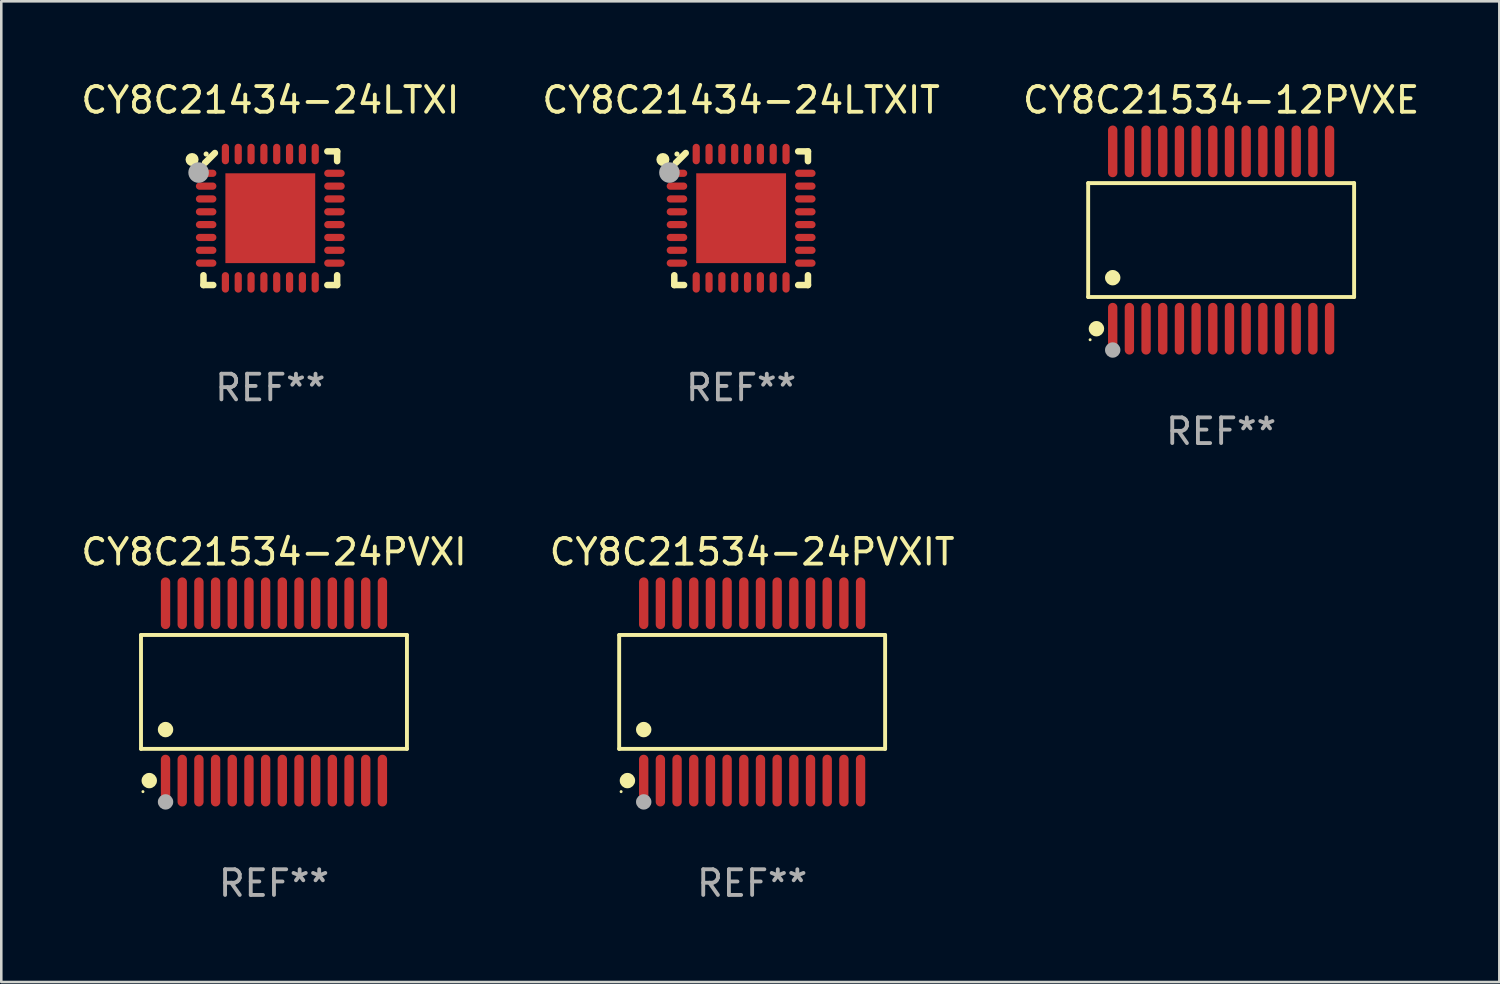
<source format=kicad_pcb>
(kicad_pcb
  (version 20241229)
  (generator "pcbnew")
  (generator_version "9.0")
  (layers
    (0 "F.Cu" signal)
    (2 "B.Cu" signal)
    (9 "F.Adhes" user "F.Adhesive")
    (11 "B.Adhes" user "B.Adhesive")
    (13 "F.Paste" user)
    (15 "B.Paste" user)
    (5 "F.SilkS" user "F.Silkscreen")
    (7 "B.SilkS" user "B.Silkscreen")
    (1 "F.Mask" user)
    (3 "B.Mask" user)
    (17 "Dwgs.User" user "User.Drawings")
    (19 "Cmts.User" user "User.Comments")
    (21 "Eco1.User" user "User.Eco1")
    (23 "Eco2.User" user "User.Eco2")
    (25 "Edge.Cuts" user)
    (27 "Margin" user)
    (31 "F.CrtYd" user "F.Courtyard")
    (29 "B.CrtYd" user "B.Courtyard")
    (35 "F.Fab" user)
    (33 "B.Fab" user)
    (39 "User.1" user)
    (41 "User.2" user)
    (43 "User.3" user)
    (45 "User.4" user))
  (footprint "CY8C21434-24LTXIT"
    (layer "F.Cu")
    (at 25.827 5.452)
    (property "Reference" "CY8C21434-24LTXIT" (at 0 -4.604 0) (layer "F.SilkS") (effects (font (size 1 1) (thickness 0.15))))
    (attr through_hole)
    (fp_line (start -2.604 2.223) (end -2.604 2.604) (stroke (width 0.254) (type solid)) (layer "F.SilkS"))
    (fp_line (start -2.604 2.604) (end -2.223 2.604) (stroke (width 0.254) (type solid)) (layer "F.SilkS"))
    (fp_line (start -2.159 -2.54) (end -2.54 -2.159) (stroke (width 0.254) (type solid)) (layer "F.SilkS"))
    (fp_line (start 2.223 2.604) (end 2.604 2.604) (stroke (width 0.254) (type solid)) (layer "F.SilkS"))
    (fp_line (start 2.604 -2.604) (end 2.223 -2.604) (stroke (width 0.254) (type solid)) (layer "F.SilkS"))
    (fp_line (start 2.604 -2.223) (end 2.604 -2.604) (stroke (width 0.254) (type solid)) (layer "F.SilkS"))
    (fp_line (start 2.604 2.604) (end 2.604 2.223) (stroke (width 0.254) (type solid)) (layer "F.SilkS"))
    (fp_circle (center -3.048 -2.286) (end -2.921 -2.286) (stroke (width 0.254) (type solid)) (fill no) (layer "F.SilkS"))
    (fp_circle (center -2.5 -2.5) (end -2.45 -2.5) (stroke (width 0.1) (type solid)) (fill no) (layer "F.SilkS"))
    (fp_circle (center -2.794 -1.778) (end -2.594 -1.778) (stroke (width 0.4) (type solid)) (fill no) (layer "F.Fab"))
    (fp_text user "REF**" (at 0 6.604 0) (layer "F.Fab") (effects (font (size 1 1) (thickness 0.15))))
    (pad "1" smd oval (at -2.5 -1.75) (size 0.8 0.28) (layers "F.Cu" "F.Mask" "F.Paste"))
    (pad "2" smd oval (at -2.5 -1.25) (size 0.8 0.28) (layers "F.Cu" "F.Mask" "F.Paste"))
    (pad "3" smd oval (at -2.5 -0.75) (size 0.8 0.28) (layers "F.Cu" "F.Mask" "F.Paste"))
    (pad "4" smd oval (at -2.5 -0.25) (size 0.8 0.28) (layers "F.Cu" "F.Mask" "F.Paste"))
    (pad "5" smd oval (at -2.5 0.25) (size 0.8 0.28) (layers "F.Cu" "F.Mask" "F.Paste"))
    (pad "6" smd oval (at -2.5 0.75) (size 0.8 0.28) (layers "F.Cu" "F.Mask" "F.Paste"))
    (pad "7" smd oval (at -2.5 1.25) (size 0.8 0.28) (layers "F.Cu" "F.Mask" "F.Paste"))
    (pad "8" smd oval (at -2.5 1.75) (size 0.8 0.28) (layers "F.Cu" "F.Mask" "F.Paste"))
    (pad "9" smd oval (at -1.75 2.5) (size 0.28 0.8) (layers "F.Cu" "F.Mask" "F.Paste"))
    (pad "10" smd oval (at -1.25 2.5) (size 0.28 0.8) (layers "F.Cu" "F.Mask" "F.Paste"))
    (pad "11" smd oval (at -0.75 2.5) (size 0.28 0.8) (layers "F.Cu" "F.Mask" "F.Paste"))
    (pad "12" smd oval (at -0.25 2.5) (size 0.28 0.8) (layers "F.Cu" "F.Mask" "F.Paste"))
    (pad "13" smd oval (at 0.25 2.5) (size 0.28 0.8) (layers "F.Cu" "F.Mask" "F.Paste"))
    (pad "14" smd oval (at 0.75 2.5) (size 0.28 0.8) (layers "F.Cu" "F.Mask" "F.Paste"))
    (pad "15" smd oval (at 1.25 2.5) (size 0.28 0.8) (layers "F.Cu" "F.Mask" "F.Paste"))
    (pad "16" smd oval (at 1.75 2.5) (size 0.28 0.8) (layers "F.Cu" "F.Mask" "F.Paste"))
    (pad "17" smd oval (at 2.5 1.75) (size 0.8 0.28) (layers "F.Cu" "F.Mask" "F.Paste"))
    (pad "18" smd oval (at 2.5 1.25) (size 0.8 0.28) (layers "F.Cu" "F.Mask" "F.Paste"))
    (pad "19" smd oval (at 2.5 0.75) (size 0.8 0.28) (layers "F.Cu" "F.Mask" "F.Paste"))
    (pad "20" smd oval (at 2.5 0.25) (size 0.8 0.28) (layers "F.Cu" "F.Mask" "F.Paste"))
    (pad "21" smd oval (at 2.5 -0.25) (size 0.8 0.28) (layers "F.Cu" "F.Mask" "F.Paste"))
    (pad "22" smd oval (at 2.5 -0.75) (size 0.8 0.28) (layers "F.Cu" "F.Mask" "F.Paste"))
    (pad "23" smd oval (at 2.5 -1.25) (size 0.8 0.28) (layers "F.Cu" "F.Mask" "F.Paste"))
    (pad "24" smd oval (at 2.5 -1.75) (size 0.8 0.28) (layers "F.Cu" "F.Mask" "F.Paste"))
    (pad "25" smd oval (at 1.75 -2.5) (size 0.28 0.8) (layers "F.Cu" "F.Mask" "F.Paste"))
    (pad "26" smd oval (at 1.25 -2.5) (size 0.28 0.8) (layers "F.Cu" "F.Mask" "F.Paste"))
    (pad "27" smd oval (at 0.75 -2.5) (size 0.28 0.8) (layers "F.Cu" "F.Mask" "F.Paste"))
    (pad "28" smd oval (at 0.25 -2.5) (size 0.28 0.8) (layers "F.Cu" "F.Mask" "F.Paste"))
    (pad "29" smd oval (at -0.25 -2.5) (size 0.28 0.8) (layers "F.Cu" "F.Mask" "F.Paste"))
    (pad "30" smd oval (at -0.75 -2.5) (size 0.28 0.8) (layers "F.Cu" "F.Mask" "F.Paste"))
    (pad "31" smd oval (at -1.25 -2.5) (size 0.28 0.8) (layers "F.Cu" "F.Mask" "F.Paste"))
    (pad "32" smd oval (at -1.75 -2.5) (size 0.28 0.8) (layers "F.Cu" "F.Mask" "F.Paste"))
    (pad "33" smd rect (at 0.000076 0.000076) (size 3.5 3.5) (layers "F.Cu" "F.Mask" "F.Paste")))
  (footprint "CY8C21434-24LTXI"
    (layer "F.Cu")
    (at 7.482 5.452)
    (property "Reference" "CY8C21434-24LTXI" (at 0 -4.604 0) (layer "F.SilkS") (effects (font (size 1 1) (thickness 0.15))))
    (attr through_hole)
    (fp_line (start -2.604 2.223) (end -2.604 2.604) (stroke (width 0.254) (type solid)) (layer "F.SilkS"))
    (fp_line (start -2.604 2.604) (end -2.223 2.604) (stroke (width 0.254) (type solid)) (layer "F.SilkS"))
    (fp_line (start -2.159 -2.54) (end -2.54 -2.159) (stroke (width 0.254) (type solid)) (layer "F.SilkS"))
    (fp_line (start 2.223 2.604) (end 2.604 2.604) (stroke (width 0.254) (type solid)) (layer "F.SilkS"))
    (fp_line (start 2.604 -2.604) (end 2.223 -2.604) (stroke (width 0.254) (type solid)) (layer "F.SilkS"))
    (fp_line (start 2.604 -2.223) (end 2.604 -2.604) (stroke (width 0.254) (type solid)) (layer "F.SilkS"))
    (fp_line (start 2.604 2.604) (end 2.604 2.223) (stroke (width 0.254) (type solid)) (layer "F.SilkS"))
    (fp_circle (center -3.048 -2.286) (end -2.921 -2.286) (stroke (width 0.254) (type solid)) (fill no) (layer "F.SilkS"))
    (fp_circle (center -2.5 -2.5) (end -2.45 -2.5) (stroke (width 0.1) (type solid)) (fill no) (layer "F.SilkS"))
    (fp_circle (center -2.794 -1.778) (end -2.594 -1.778) (stroke (width 0.4) (type solid)) (fill no) (layer "F.Fab"))
    (fp_text user "REF**" (at 0 6.604 0) (layer "F.Fab") (effects (font (size 1 1) (thickness 0.15))))
    (pad "1" smd oval (at -2.5 -1.75) (size 0.8 0.28) (layers "F.Cu" "F.Mask" "F.Paste"))
    (pad "2" smd oval (at -2.5 -1.25) (size 0.8 0.28) (layers "F.Cu" "F.Mask" "F.Paste"))
    (pad "3" smd oval (at -2.5 -0.75) (size 0.8 0.28) (layers "F.Cu" "F.Mask" "F.Paste"))
    (pad "4" smd oval (at -2.5 -0.25) (size 0.8 0.28) (layers "F.Cu" "F.Mask" "F.Paste"))
    (pad "5" smd oval (at -2.5 0.25) (size 0.8 0.28) (layers "F.Cu" "F.Mask" "F.Paste"))
    (pad "6" smd oval (at -2.5 0.75) (size 0.8 0.28) (layers "F.Cu" "F.Mask" "F.Paste"))
    (pad "7" smd oval (at -2.5 1.25) (size 0.8 0.28) (layers "F.Cu" "F.Mask" "F.Paste"))
    (pad "8" smd oval (at -2.5 1.75) (size 0.8 0.28) (layers "F.Cu" "F.Mask" "F.Paste"))
    (pad "9" smd oval (at -1.75 2.5) (size 0.28 0.8) (layers "F.Cu" "F.Mask" "F.Paste"))
    (pad "10" smd oval (at -1.25 2.5) (size 0.28 0.8) (layers "F.Cu" "F.Mask" "F.Paste"))
    (pad "11" smd oval (at -0.75 2.5) (size 0.28 0.8) (layers "F.Cu" "F.Mask" "F.Paste"))
    (pad "12" smd oval (at -0.25 2.5) (size 0.28 0.8) (layers "F.Cu" "F.Mask" "F.Paste"))
    (pad "13" smd oval (at 0.25 2.5) (size 0.28 0.8) (layers "F.Cu" "F.Mask" "F.Paste"))
    (pad "14" smd oval (at 0.75 2.5) (size 0.28 0.8) (layers "F.Cu" "F.Mask" "F.Paste"))
    (pad "15" smd oval (at 1.25 2.5) (size 0.28 0.8) (layers "F.Cu" "F.Mask" "F.Paste"))
    (pad "16" smd oval (at 1.75 2.5) (size 0.28 0.8) (layers "F.Cu" "F.Mask" "F.Paste"))
    (pad "17" smd oval (at 2.5 1.75) (size 0.8 0.28) (layers "F.Cu" "F.Mask" "F.Paste"))
    (pad "18" smd oval (at 2.5 1.25) (size 0.8 0.28) (layers "F.Cu" "F.Mask" "F.Paste"))
    (pad "19" smd oval (at 2.5 0.75) (size 0.8 0.28) (layers "F.Cu" "F.Mask" "F.Paste"))
    (pad "20" smd oval (at 2.5 0.25) (size 0.8 0.28) (layers "F.Cu" "F.Mask" "F.Paste"))
    (pad "21" smd oval (at 2.5 -0.25) (size 0.8 0.28) (layers "F.Cu" "F.Mask" "F.Paste"))
    (pad "22" smd oval (at 2.5 -0.75) (size 0.8 0.28) (layers "F.Cu" "F.Mask" "F.Paste"))
    (pad "23" smd oval (at 2.5 -1.25) (size 0.8 0.28) (layers "F.Cu" "F.Mask" "F.Paste"))
    (pad "24" smd oval (at 2.5 -1.75) (size 0.8 0.28) (layers "F.Cu" "F.Mask" "F.Paste"))
    (pad "25" smd oval (at 1.75 -2.5) (size 0.28 0.8) (layers "F.Cu" "F.Mask" "F.Paste"))
    (pad "26" smd oval (at 1.25 -2.5) (size 0.28 0.8) (layers "F.Cu" "F.Mask" "F.Paste"))
    (pad "27" smd oval (at 0.75 -2.5) (size 0.28 0.8) (layers "F.Cu" "F.Mask" "F.Paste"))
    (pad "28" smd oval (at 0.25 -2.5) (size 0.28 0.8) (layers "F.Cu" "F.Mask" "F.Paste"))
    (pad "29" smd oval (at -0.25 -2.5) (size 0.28 0.8) (layers "F.Cu" "F.Mask" "F.Paste"))
    (pad "30" smd oval (at -0.75 -2.5) (size 0.28 0.8) (layers "F.Cu" "F.Mask" "F.Paste"))
    (pad "31" smd oval (at -1.25 -2.5) (size 0.28 0.8) (layers "F.Cu" "F.Mask" "F.Paste"))
    (pad "32" smd oval (at -1.75 -2.5) (size 0.28 0.8) (layers "F.Cu" "F.Mask" "F.Paste"))
    (pad "33" smd rect (at 0.000076 0.000076) (size 3.5 3.5) (layers "F.Cu" "F.Mask" "F.Paste")))
  (footprint "CY8C21534-12PVXE"
    (layer "F.Cu")
    (at 44.53 6.303)
    (property "Reference" "CY8C21534-12PVXE" (at 0 -5.455 0) (layer "F.SilkS") (effects (font (size 1 1) (thickness 0.15))))
    (attr through_hole)
    (fp_line (start -5.181 -2.219) (end 5.181 -2.219) (stroke (width 0.152) (type solid)) (layer "F.SilkS"))
    (fp_line (start -5.181 2.219) (end -5.181 -2.219) (stroke (width 0.152) (type solid)) (layer "F.SilkS"))
    (fp_line (start 5.181 -2.219) (end 5.181 2.219) (stroke (width 0.152) (type solid)) (layer "F.SilkS"))
    (fp_line (start 5.181 2.219) (end -5.181 2.219) (stroke (width 0.152) (type solid)) (layer "F.SilkS"))
    (fp_circle (center -5.105 3.885) (end -5.075 3.885) (stroke (width 0.06) (type solid)) (fill no) (layer "F.SilkS"))
    (fp_circle (center -4.859 3.455) (end -4.709 3.455) (stroke (width 0.3) (type solid)) (fill no) (layer "F.SilkS"))
    (fp_circle (center -4.225 1.467) (end -4.075 1.467) (stroke (width 0.3) (type solid)) (fill no) (layer "F.SilkS"))
    (fp_circle (center -4.225 4.285) (end -4.075 4.285) (stroke (width 0.3) (type solid)) (fill no) (layer "F.Fab"))
    (fp_text user "REF**" (at 0 7.455 0) (layer "F.Fab") (effects (font (size 1 1) (thickness 0.15))))
    (pad "1" smd oval (at -4.225 3.455) (size 0.364 2.015) (layers "F.Cu" "F.Mask" "F.Paste"))
    (pad "2" smd oval (at -3.575 3.455) (size 0.364 2.015) (layers "F.Cu" "F.Mask" "F.Paste"))
    (pad "3" smd oval (at -2.925 3.455) (size 0.364 2.015) (layers "F.Cu" "F.Mask" "F.Paste"))
    (pad "4" smd oval (at -2.275 3.455) (size 0.364 2.015) (layers "F.Cu" "F.Mask" "F.Paste"))
    (pad "5" smd oval (at -1.625 3.455) (size 0.364 2.015) (layers "F.Cu" "F.Mask" "F.Paste"))
    (pad "6" smd oval (at -0.975 3.455) (size 0.364 2.015) (layers "F.Cu" "F.Mask" "F.Paste"))
    (pad "7" smd oval (at -0.325 3.455) (size 0.364 2.015) (layers "F.Cu" "F.Mask" "F.Paste"))
    (pad "8" smd oval (at 0.325 3.455) (size 0.364 2.015) (layers "F.Cu" "F.Mask" "F.Paste"))
    (pad "9" smd oval (at 0.975 3.455) (size 0.364 2.015) (layers "F.Cu" "F.Mask" "F.Paste"))
    (pad "10" smd oval (at 1.625 3.455) (size 0.364 2.015) (layers "F.Cu" "F.Mask" "F.Paste"))
    (pad "11" smd oval (at 2.275 3.455) (size 0.364 2.015) (layers "F.Cu" "F.Mask" "F.Paste"))
    (pad "12" smd oval (at 2.925 3.455) (size 0.364 2.015) (layers "F.Cu" "F.Mask" "F.Paste"))
    (pad "13" smd oval (at 3.575 3.455) (size 0.364 2.015) (layers "F.Cu" "F.Mask" "F.Paste"))
    (pad "14" smd oval (at 4.225 3.455) (size 0.364 2.015) (layers "F.Cu" "F.Mask" "F.Paste"))
    (pad "15" smd oval (at 4.225 -3.455) (size 0.364 2.015) (layers "F.Cu" "F.Mask" "F.Paste"))
    (pad "16" smd oval (at 3.575 -3.455) (size 0.364 2.015) (layers "F.Cu" "F.Mask" "F.Paste"))
    (pad "17" smd oval (at 2.925 -3.455) (size 0.364 2.015) (layers "F.Cu" "F.Mask" "F.Paste"))
    (pad "18" smd oval (at 2.275 -3.455) (size 0.364 2.015) (layers "F.Cu" "F.Mask" "F.Paste"))
    (pad "19" smd oval (at 1.625 -3.455) (size 0.364 2.015) (layers "F.Cu" "F.Mask" "F.Paste"))
    (pad "20" smd oval (at 0.975 -3.455) (size 0.364 2.015) (layers "F.Cu" "F.Mask" "F.Paste"))
    (pad "21" smd oval (at 0.325 -3.455) (size 0.364 2.015) (layers "F.Cu" "F.Mask" "F.Paste"))
    (pad "22" smd oval (at -0.325 -3.455) (size 0.364 2.015) (layers "F.Cu" "F.Mask" "F.Paste"))
    (pad "23" smd oval (at -0.975 -3.455) (size 0.364 2.015) (layers "F.Cu" "F.Mask" "F.Paste"))
    (pad "24" smd oval (at -1.625 -3.455) (size 0.364 2.015) (layers "F.Cu" "F.Mask" "F.Paste"))
    (pad "25" smd oval (at -2.275 -3.455) (size 0.364 2.015) (layers "F.Cu" "F.Mask" "F.Paste"))
    (pad "26" smd oval (at -2.925 -3.455) (size 0.364 2.015) (layers "F.Cu" "F.Mask" "F.Paste"))
    (pad "27" smd oval (at -3.575 -3.455) (size 0.364 2.015) (layers "F.Cu" "F.Mask" "F.Paste"))
    (pad "28" smd oval (at -4.225 -3.455) (size 0.364 2.015) (layers "F.Cu" "F.Mask" "F.Paste")))
  (footprint "CY8C21534-24PVXI"
    (layer "F.Cu")
    (at 7.625 23.91)
    (property "Reference" "CY8C21534-24PVXI" (at 0 -5.455 0) (layer "F.SilkS") (effects (font (size 1 1) (thickness 0.15))))
    (attr through_hole)
    (fp_line (start -5.181 -2.219) (end 5.181 -2.219) (stroke (width 0.152) (type solid)) (layer "F.SilkS"))
    (fp_line (start -5.181 2.219) (end -5.181 -2.219) (stroke (width 0.152) (type solid)) (layer "F.SilkS"))
    (fp_line (start 5.181 -2.219) (end 5.181 2.219) (stroke (width 0.152) (type solid)) (layer "F.SilkS"))
    (fp_line (start 5.181 2.219) (end -5.181 2.219) (stroke (width 0.152) (type solid)) (layer "F.SilkS"))
    (fp_circle (center -5.105 3.885) (end -5.075 3.885) (stroke (width 0.06) (type solid)) (fill no) (layer "F.SilkS"))
    (fp_circle (center -4.859 3.455) (end -4.709 3.455) (stroke (width 0.3) (type solid)) (fill no) (layer "F.SilkS"))
    (fp_circle (center -4.225 1.467) (end -4.075 1.467) (stroke (width 0.3) (type solid)) (fill no) (layer "F.SilkS"))
    (fp_circle (center -4.225 4.285) (end -4.075 4.285) (stroke (width 0.3) (type solid)) (fill no) (layer "F.Fab"))
    (fp_text user "REF**" (at 0 7.455 0) (layer "F.Fab") (effects (font (size 1 1) (thickness 0.15))))
    (pad "1" smd oval (at -4.225 3.455) (size 0.364 2.015) (layers "F.Cu" "F.Mask" "F.Paste"))
    (pad "2" smd oval (at -3.575 3.455) (size 0.364 2.015) (layers "F.Cu" "F.Mask" "F.Paste"))
    (pad "3" smd oval (at -2.925 3.455) (size 0.364 2.015) (layers "F.Cu" "F.Mask" "F.Paste"))
    (pad "4" smd oval (at -2.275 3.455) (size 0.364 2.015) (layers "F.Cu" "F.Mask" "F.Paste"))
    (pad "5" smd oval (at -1.625 3.455) (size 0.364 2.015) (layers "F.Cu" "F.Mask" "F.Paste"))
    (pad "6" smd oval (at -0.975 3.455) (size 0.364 2.015) (layers "F.Cu" "F.Mask" "F.Paste"))
    (pad "7" smd oval (at -0.325 3.455) (size 0.364 2.015) (layers "F.Cu" "F.Mask" "F.Paste"))
    (pad "8" smd oval (at 0.325 3.455) (size 0.364 2.015) (layers "F.Cu" "F.Mask" "F.Paste"))
    (pad "9" smd oval (at 0.975 3.455) (size 0.364 2.015) (layers "F.Cu" "F.Mask" "F.Paste"))
    (pad "10" smd oval (at 1.625 3.455) (size 0.364 2.015) (layers "F.Cu" "F.Mask" "F.Paste"))
    (pad "11" smd oval (at 2.275 3.455) (size 0.364 2.015) (layers "F.Cu" "F.Mask" "F.Paste"))
    (pad "12" smd oval (at 2.925 3.455) (size 0.364 2.015) (layers "F.Cu" "F.Mask" "F.Paste"))
    (pad "13" smd oval (at 3.575 3.455) (size 0.364 2.015) (layers "F.Cu" "F.Mask" "F.Paste"))
    (pad "14" smd oval (at 4.225 3.455) (size 0.364 2.015) (layers "F.Cu" "F.Mask" "F.Paste"))
    (pad "15" smd oval (at 4.225 -3.455) (size 0.364 2.015) (layers "F.Cu" "F.Mask" "F.Paste"))
    (pad "16" smd oval (at 3.575 -3.455) (size 0.364 2.015) (layers "F.Cu" "F.Mask" "F.Paste"))
    (pad "17" smd oval (at 2.925 -3.455) (size 0.364 2.015) (layers "F.Cu" "F.Mask" "F.Paste"))
    (pad "18" smd oval (at 2.275 -3.455) (size 0.364 2.015) (layers "F.Cu" "F.Mask" "F.Paste"))
    (pad "19" smd oval (at 1.625 -3.455) (size 0.364 2.015) (layers "F.Cu" "F.Mask" "F.Paste"))
    (pad "20" smd oval (at 0.975 -3.455) (size 0.364 2.015) (layers "F.Cu" "F.Mask" "F.Paste"))
    (pad "21" smd oval (at 0.325 -3.455) (size 0.364 2.015) (layers "F.Cu" "F.Mask" "F.Paste"))
    (pad "22" smd oval (at -0.325 -3.455) (size 0.364 2.015) (layers "F.Cu" "F.Mask" "F.Paste"))
    (pad "23" smd oval (at -0.975 -3.455) (size 0.364 2.015) (layers "F.Cu" "F.Mask" "F.Paste"))
    (pad "24" smd oval (at -1.625 -3.455) (size 0.364 2.015) (layers "F.Cu" "F.Mask" "F.Paste"))
    (pad "25" smd oval (at -2.275 -3.455) (size 0.364 2.015) (layers "F.Cu" "F.Mask" "F.Paste"))
    (pad "26" smd oval (at -2.925 -3.455) (size 0.364 2.015) (layers "F.Cu" "F.Mask" "F.Paste"))
    (pad "27" smd oval (at -3.575 -3.455) (size 0.364 2.015) (layers "F.Cu" "F.Mask" "F.Paste"))
    (pad "28" smd oval (at -4.225 -3.455) (size 0.364 2.015) (layers "F.Cu" "F.Mask" "F.Paste")))
  (footprint "CY8C21534-24PVXIT"
    (layer "F.Cu")
    (at 26.256 23.91)
    (property "Reference" "CY8C21534-24PVXIT" (at 0 -5.455 0) (layer "F.SilkS") (effects (font (size 1 1) (thickness 0.15))))
    (attr through_hole)
    (fp_line (start -5.181 -2.219) (end 5.181 -2.219) (stroke (width 0.152) (type solid)) (layer "F.SilkS"))
    (fp_line (start -5.181 2.219) (end -5.181 -2.219) (stroke (width 0.152) (type solid)) (layer "F.SilkS"))
    (fp_line (start 5.181 -2.219) (end 5.181 2.219) (stroke (width 0.152) (type solid)) (layer "F.SilkS"))
    (fp_line (start 5.181 2.219) (end -5.181 2.219) (stroke (width 0.152) (type solid)) (layer "F.SilkS"))
    (fp_circle (center -5.105 3.885) (end -5.075 3.885) (stroke (width 0.06) (type solid)) (fill no) (layer "F.SilkS"))
    (fp_circle (center -4.859 3.455) (end -4.709 3.455) (stroke (width 0.3) (type solid)) (fill no) (layer "F.SilkS"))
    (fp_circle (center -4.225 1.467) (end -4.075 1.467) (stroke (width 0.3) (type solid)) (fill no) (layer "F.SilkS"))
    (fp_circle (center -4.225 4.285) (end -4.075 4.285) (stroke (width 0.3) (type solid)) (fill no) (layer "F.Fab"))
    (fp_text user "REF**" (at 0 7.455 0) (layer "F.Fab") (effects (font (size 1 1) (thickness 0.15))))
    (pad "1" smd oval (at -4.225 3.455) (size 0.364 2.015) (layers "F.Cu" "F.Mask" "F.Paste"))
    (pad "2" smd oval (at -3.575 3.455) (size 0.364 2.015) (layers "F.Cu" "F.Mask" "F.Paste"))
    (pad "3" smd oval (at -2.925 3.455) (size 0.364 2.015) (layers "F.Cu" "F.Mask" "F.Paste"))
    (pad "4" smd oval (at -2.275 3.455) (size 0.364 2.015) (layers "F.Cu" "F.Mask" "F.Paste"))
    (pad "5" smd oval (at -1.625 3.455) (size 0.364 2.015) (layers "F.Cu" "F.Mask" "F.Paste"))
    (pad "6" smd oval (at -0.975 3.455) (size 0.364 2.015) (layers "F.Cu" "F.Mask" "F.Paste"))
    (pad "7" smd oval (at -0.325 3.455) (size 0.364 2.015) (layers "F.Cu" "F.Mask" "F.Paste"))
    (pad "8" smd oval (at 0.325 3.455) (size 0.364 2.015) (layers "F.Cu" "F.Mask" "F.Paste"))
    (pad "9" smd oval (at 0.975 3.455) (size 0.364 2.015) (layers "F.Cu" "F.Mask" "F.Paste"))
    (pad "10" smd oval (at 1.625 3.455) (size 0.364 2.015) (layers "F.Cu" "F.Mask" "F.Paste"))
    (pad "11" smd oval (at 2.275 3.455) (size 0.364 2.015) (layers "F.Cu" "F.Mask" "F.Paste"))
    (pad "12" smd oval (at 2.925 3.455) (size 0.364 2.015) (layers "F.Cu" "F.Mask" "F.Paste"))
    (pad "13" smd oval (at 3.575 3.455) (size 0.364 2.015) (layers "F.Cu" "F.Mask" "F.Paste"))
    (pad "14" smd oval (at 4.225 3.455) (size 0.364 2.015) (layers "F.Cu" "F.Mask" "F.Paste"))
    (pad "15" smd oval (at 4.225 -3.455) (size 0.364 2.015) (layers "F.Cu" "F.Mask" "F.Paste"))
    (pad "16" smd oval (at 3.575 -3.455) (size 0.364 2.015) (layers "F.Cu" "F.Mask" "F.Paste"))
    (pad "17" smd oval (at 2.925 -3.455) (size 0.364 2.015) (layers "F.Cu" "F.Mask" "F.Paste"))
    (pad "18" smd oval (at 2.275 -3.455) (size 0.364 2.015) (layers "F.Cu" "F.Mask" "F.Paste"))
    (pad "19" smd oval (at 1.625 -3.455) (size 0.364 2.015) (layers "F.Cu" "F.Mask" "F.Paste"))
    (pad "20" smd oval (at 0.975 -3.455) (size 0.364 2.015) (layers "F.Cu" "F.Mask" "F.Paste"))
    (pad "21" smd oval (at 0.325 -3.455) (size 0.364 2.015) (layers "F.Cu" "F.Mask" "F.Paste"))
    (pad "22" smd oval (at -0.325 -3.455) (size 0.364 2.015) (layers "F.Cu" "F.Mask" "F.Paste"))
    (pad "23" smd oval (at -0.975 -3.455) (size 0.364 2.015) (layers "F.Cu" "F.Mask" "F.Paste"))
    (pad "24" smd oval (at -1.625 -3.455) (size 0.364 2.015) (layers "F.Cu" "F.Mask" "F.Paste"))
    (pad "25" smd oval (at -2.275 -3.455) (size 0.364 2.015) (layers "F.Cu" "F.Mask" "F.Paste"))
    (pad "26" smd oval (at -2.925 -3.455) (size 0.364 2.015) (layers "F.Cu" "F.Mask" "F.Paste"))
    (pad "27" smd oval (at -3.575 -3.455) (size 0.364 2.015) (layers "F.Cu" "F.Mask" "F.Paste"))
    (pad "28" smd oval (at -4.225 -3.455) (size 0.364 2.015) (layers "F.Cu" "F.Mask" "F.Paste")))
  (gr_rect
    (start -3 -3)
    (end 55.369 35.214)
    (stroke (width 0.1) (type default))
    (fill no)
    (layer "Edge.Cuts")))
</source>
